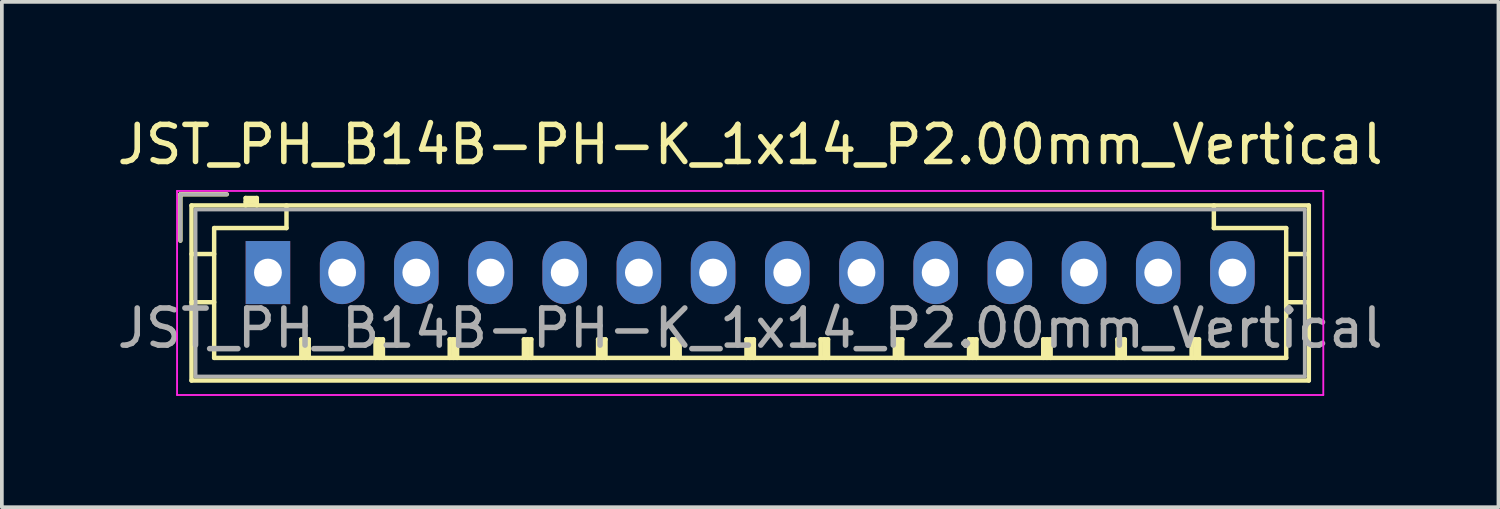
<source format=kicad_pcb>
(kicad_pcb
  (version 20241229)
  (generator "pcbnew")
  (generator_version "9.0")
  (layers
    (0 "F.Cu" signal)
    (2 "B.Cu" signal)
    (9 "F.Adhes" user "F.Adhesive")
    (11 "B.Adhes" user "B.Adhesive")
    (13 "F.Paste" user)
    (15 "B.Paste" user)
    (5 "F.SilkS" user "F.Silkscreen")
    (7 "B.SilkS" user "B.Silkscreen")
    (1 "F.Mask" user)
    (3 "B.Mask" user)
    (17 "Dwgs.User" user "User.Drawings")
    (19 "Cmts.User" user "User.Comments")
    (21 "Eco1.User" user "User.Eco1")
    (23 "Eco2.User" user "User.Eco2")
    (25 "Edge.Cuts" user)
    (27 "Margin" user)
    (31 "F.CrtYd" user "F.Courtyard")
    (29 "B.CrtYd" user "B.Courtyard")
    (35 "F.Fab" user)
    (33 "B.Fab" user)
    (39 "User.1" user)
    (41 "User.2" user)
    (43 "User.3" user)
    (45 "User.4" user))
  (footprint "JST_PH_B14B-PH-K_1x14_P2.00mm_Vertical"
    (layer "F.Cu")
    (at 4.173 4.298)
    (property "Reference" "JST_PH_B14B-PH-K_1x14_P2.00mm_Vertical" (at 13 -3.45 0) (layer "F.SilkS") (effects (font (size 1 1) (thickness 0.15))))
    (attr through_hole)
    (fp_line (start -2.36 -2.11) (end -2.36 -0.86) (stroke (width 0.12) (type solid)) (layer "F.SilkS"))
    (fp_line (start -2.06 -1.81) (end -2.06 2.91) (stroke (width 0.12) (type solid)) (layer "F.SilkS"))
    (fp_line (start -2.06 -0.5) (end -1.45 -0.5) (stroke (width 0.12) (type solid)) (layer "F.SilkS"))
    (fp_line (start -2.06 0.8) (end -1.45 0.8) (stroke (width 0.12) (type solid)) (layer "F.SilkS"))
    (fp_line (start -2.06 2.91) (end 28.06 2.91) (stroke (width 0.12) (type solid)) (layer "F.SilkS"))
    (fp_line (start -1.45 -1.2) (end -1.45 2.3) (stroke (width 0.12) (type solid)) (layer "F.SilkS"))
    (fp_line (start -1.45 2.3) (end 27.45 2.3) (stroke (width 0.12) (type solid)) (layer "F.SilkS"))
    (fp_line (start -1.11 -2.11) (end -2.36 -2.11) (stroke (width 0.12) (type solid)) (layer "F.SilkS"))
    (fp_line (start -0.6 -2.01) (end -0.6 -1.81) (stroke (width 0.12) (type solid)) (layer "F.SilkS"))
    (fp_line (start -0.3 -2.01) (end -0.6 -2.01) (stroke (width 0.12) (type solid)) (layer "F.SilkS"))
    (fp_line (start -0.3 -1.91) (end -0.6 -1.91) (stroke (width 0.12) (type solid)) (layer "F.SilkS"))
    (fp_line (start -0.3 -1.81) (end -0.3 -2.01) (stroke (width 0.12) (type solid)) (layer "F.SilkS"))
    (fp_line (start 0.5 -1.81) (end 0.5 -1.2) (stroke (width 0.12) (type solid)) (layer "F.SilkS"))
    (fp_line (start 0.5 -1.2) (end -1.45 -1.2) (stroke (width 0.12) (type solid)) (layer "F.SilkS"))
    (fp_line (start 0.9 1.8) (end 1.1 1.8) (stroke (width 0.12) (type solid)) (layer "F.SilkS"))
    (fp_line (start 0.9 2.3) (end 0.9 1.8) (stroke (width 0.12) (type solid)) (layer "F.SilkS"))
    (fp_line (start 1 2.3) (end 1 1.8) (stroke (width 0.12) (type solid)) (layer "F.SilkS"))
    (fp_line (start 1.1 1.8) (end 1.1 2.3) (stroke (width 0.12) (type solid)) (layer "F.SilkS"))
    (fp_line (start 2.9 1.8) (end 3.1 1.8) (stroke (width 0.12) (type solid)) (layer "F.SilkS"))
    (fp_line (start 2.9 2.3) (end 2.9 1.8) (stroke (width 0.12) (type solid)) (layer "F.SilkS"))
    (fp_line (start 3 2.3) (end 3 1.8) (stroke (width 0.12) (type solid)) (layer "F.SilkS"))
    (fp_line (start 3.1 1.8) (end 3.1 2.3) (stroke (width 0.12) (type solid)) (layer "F.SilkS"))
    (fp_line (start 4.9 1.8) (end 5.1 1.8) (stroke (width 0.12) (type solid)) (layer "F.SilkS"))
    (fp_line (start 4.9 2.3) (end 4.9 1.8) (stroke (width 0.12) (type solid)) (layer "F.SilkS"))
    (fp_line (start 5 2.3) (end 5 1.8) (stroke (width 0.12) (type solid)) (layer "F.SilkS"))
    (fp_line (start 5.1 1.8) (end 5.1 2.3) (stroke (width 0.12) (type solid)) (layer "F.SilkS"))
    (fp_line (start 6.9 1.8) (end 7.1 1.8) (stroke (width 0.12) (type solid)) (layer "F.SilkS"))
    (fp_line (start 6.9 2.3) (end 6.9 1.8) (stroke (width 0.12) (type solid)) (layer "F.SilkS"))
    (fp_line (start 7 2.3) (end 7 1.8) (stroke (width 0.12) (type solid)) (layer "F.SilkS"))
    (fp_line (start 7.1 1.8) (end 7.1 2.3) (stroke (width 0.12) (type solid)) (layer "F.SilkS"))
    (fp_line (start 8.9 1.8) (end 9.1 1.8) (stroke (width 0.12) (type solid)) (layer "F.SilkS"))
    (fp_line (start 8.9 2.3) (end 8.9 1.8) (stroke (width 0.12) (type solid)) (layer "F.SilkS"))
    (fp_line (start 9 2.3) (end 9 1.8) (stroke (width 0.12) (type solid)) (layer "F.SilkS"))
    (fp_line (start 9.1 1.8) (end 9.1 2.3) (stroke (width 0.12) (type solid)) (layer "F.SilkS"))
    (fp_line (start 10.9 1.8) (end 11.1 1.8) (stroke (width 0.12) (type solid)) (layer "F.SilkS"))
    (fp_line (start 10.9 2.3) (end 10.9 1.8) (stroke (width 0.12) (type solid)) (layer "F.SilkS"))
    (fp_line (start 11 2.3) (end 11 1.8) (stroke (width 0.12) (type solid)) (layer "F.SilkS"))
    (fp_line (start 11.1 1.8) (end 11.1 2.3) (stroke (width 0.12) (type solid)) (layer "F.SilkS"))
    (fp_line (start 12.9 1.8) (end 13.1 1.8) (stroke (width 0.12) (type solid)) (layer "F.SilkS"))
    (fp_line (start 12.9 2.3) (end 12.9 1.8) (stroke (width 0.12) (type solid)) (layer "F.SilkS"))
    (fp_line (start 13 2.3) (end 13 1.8) (stroke (width 0.12) (type solid)) (layer "F.SilkS"))
    (fp_line (start 13.1 1.8) (end 13.1 2.3) (stroke (width 0.12) (type solid)) (layer "F.SilkS"))
    (fp_line (start 14.9 1.8) (end 15.1 1.8) (stroke (width 0.12) (type solid)) (layer "F.SilkS"))
    (fp_line (start 14.9 2.3) (end 14.9 1.8) (stroke (width 0.12) (type solid)) (layer "F.SilkS"))
    (fp_line (start 15 2.3) (end 15 1.8) (stroke (width 0.12) (type solid)) (layer "F.SilkS"))
    (fp_line (start 15.1 1.8) (end 15.1 2.3) (stroke (width 0.12) (type solid)) (layer "F.SilkS"))
    (fp_line (start 16.9 1.8) (end 17.1 1.8) (stroke (width 0.12) (type solid)) (layer "F.SilkS"))
    (fp_line (start 16.9 2.3) (end 16.9 1.8) (stroke (width 0.12) (type solid)) (layer "F.SilkS"))
    (fp_line (start 17 2.3) (end 17 1.8) (stroke (width 0.12) (type solid)) (layer "F.SilkS"))
    (fp_line (start 17.1 1.8) (end 17.1 2.3) (stroke (width 0.12) (type solid)) (layer "F.SilkS"))
    (fp_line (start 18.9 1.8) (end 19.1 1.8) (stroke (width 0.12) (type solid)) (layer "F.SilkS"))
    (fp_line (start 18.9 2.3) (end 18.9 1.8) (stroke (width 0.12) (type solid)) (layer "F.SilkS"))
    (fp_line (start 19 2.3) (end 19 1.8) (stroke (width 0.12) (type solid)) (layer "F.SilkS"))
    (fp_line (start 19.1 1.8) (end 19.1 2.3) (stroke (width 0.12) (type solid)) (layer "F.SilkS"))
    (fp_line (start 20.9 1.8) (end 21.1 1.8) (stroke (width 0.12) (type solid)) (layer "F.SilkS"))
    (fp_line (start 20.9 2.3) (end 20.9 1.8) (stroke (width 0.12) (type solid)) (layer "F.SilkS"))
    (fp_line (start 21 2.3) (end 21 1.8) (stroke (width 0.12) (type solid)) (layer "F.SilkS"))
    (fp_line (start 21.1 1.8) (end 21.1 2.3) (stroke (width 0.12) (type solid)) (layer "F.SilkS"))
    (fp_line (start 22.9 1.8) (end 23.1 1.8) (stroke (width 0.12) (type solid)) (layer "F.SilkS"))
    (fp_line (start 22.9 2.3) (end 22.9 1.8) (stroke (width 0.12) (type solid)) (layer "F.SilkS"))
    (fp_line (start 23 2.3) (end 23 1.8) (stroke (width 0.12) (type solid)) (layer "F.SilkS"))
    (fp_line (start 23.1 1.8) (end 23.1 2.3) (stroke (width 0.12) (type solid)) (layer "F.SilkS"))
    (fp_line (start 24.9 1.8) (end 25.1 1.8) (stroke (width 0.12) (type solid)) (layer "F.SilkS"))
    (fp_line (start 24.9 2.3) (end 24.9 1.8) (stroke (width 0.12) (type solid)) (layer "F.SilkS"))
    (fp_line (start 25 2.3) (end 25 1.8) (stroke (width 0.12) (type solid)) (layer "F.SilkS"))
    (fp_line (start 25.1 1.8) (end 25.1 2.3) (stroke (width 0.12) (type solid)) (layer "F.SilkS"))
    (fp_line (start 25.5 -1.2) (end 25.5 -1.81) (stroke (width 0.12) (type solid)) (layer "F.SilkS"))
    (fp_line (start 27.45 -1.2) (end 25.5 -1.2) (stroke (width 0.12) (type solid)) (layer "F.SilkS"))
    (fp_line (start 27.45 2.3) (end 27.45 -1.2) (stroke (width 0.12) (type solid)) (layer "F.SilkS"))
    (fp_line (start 28.06 -1.81) (end -2.06 -1.81) (stroke (width 0.12) (type solid)) (layer "F.SilkS"))
    (fp_line (start 28.06 -0.5) (end 27.45 -0.5) (stroke (width 0.12) (type solid)) (layer "F.SilkS"))
    (fp_line (start 28.06 0.8) (end 27.45 0.8) (stroke (width 0.12) (type solid)) (layer "F.SilkS"))
    (fp_line (start 28.06 2.91) (end 28.06 -1.81) (stroke (width 0.12) (type solid)) (layer "F.SilkS"))
    (fp_line (start -2.45 -2.2) (end -2.45 3.3) (stroke (width 0.05) (type solid)) (layer "F.CrtYd"))
    (fp_line (start -2.45 3.3) (end 28.45 3.3) (stroke (width 0.05) (type solid)) (layer "F.CrtYd"))
    (fp_line (start 28.45 -2.2) (end -2.45 -2.2) (stroke (width 0.05) (type solid)) (layer "F.CrtYd"))
    (fp_line (start 28.45 3.3) (end 28.45 -2.2) (stroke (width 0.05) (type solid)) (layer "F.CrtYd"))
    (fp_line (start -2.36 -2.11) (end -2.36 -0.86) (stroke (width 0.1) (type solid)) (layer "F.Fab"))
    (fp_line (start -1.95 -1.7) (end -1.95 2.8) (stroke (width 0.1) (type solid)) (layer "F.Fab"))
    (fp_line (start -1.95 2.8) (end 27.95 2.8) (stroke (width 0.1) (type solid)) (layer "F.Fab"))
    (fp_line (start -1.11 -2.11) (end -2.36 -2.11) (stroke (width 0.1) (type solid)) (layer "F.Fab"))
    (fp_line (start 27.95 -1.7) (end -1.95 -1.7) (stroke (width 0.1) (type solid)) (layer "F.Fab"))
    (fp_line (start 27.95 2.8) (end 27.95 -1.7) (stroke (width 0.1) (type solid)) (layer "F.Fab"))
    (fp_text user "${REFERENCE}" (at 13 1.5 0) (layer "F.Fab") (effects (font (size 1 1) (thickness 0.15))))
    (pad "1" thru_hole rect (at 0 0) (size 1.2 1.7) (drill 0.75) (layers "*.Cu" "*.Mask"))
    (pad "2" thru_hole oval (at 2 0) (size 1.2 1.7) (drill 0.75) (layers "*.Cu" "*.Mask"))
    (pad "3" thru_hole oval (at 4 0) (size 1.2 1.7) (drill 0.75) (layers "*.Cu" "*.Mask"))
    (pad "4" thru_hole oval (at 6 0) (size 1.2 1.7) (drill 0.75) (layers "*.Cu" "*.Mask"))
    (pad "5" thru_hole oval (at 8 0) (size 1.2 1.7) (drill 0.75) (layers "*.Cu" "*.Mask"))
    (pad "6" thru_hole oval (at 10 0) (size 1.2 1.7) (drill 0.75) (layers "*.Cu" "*.Mask"))
    (pad "7" thru_hole oval (at 12 0) (size 1.2 1.7) (drill 0.75) (layers "*.Cu" "*.Mask"))
    (pad "8" thru_hole oval (at 14 0) (size 1.2 1.7) (drill 0.75) (layers "*.Cu" "*.Mask"))
    (pad "9" thru_hole oval (at 16 0) (size 1.2 1.7) (drill 0.75) (layers "*.Cu" "*.Mask"))
    (pad "10" thru_hole oval (at 18 0) (size 1.2 1.7) (drill 0.75) (layers "*.Cu" "*.Mask"))
    (pad "11" thru_hole oval (at 20 0) (size 1.2 1.7) (drill 0.75) (layers "*.Cu" "*.Mask"))
    (pad "12" thru_hole oval (at 22 0) (size 1.2 1.7) (drill 0.75) (layers "*.Cu" "*.Mask"))
    (pad "13" thru_hole oval (at 24 0) (size 1.2 1.7) (drill 0.75) (layers "*.Cu" "*.Mask"))
    (pad "14" thru_hole oval (at 26 0) (size 1.2 1.7) (drill 0.75) (layers "*.Cu" "*.Mask")))
  (gr_rect
    (start -3 -3)
    (end 37.345 10.623)
    (stroke (width 0.1) (type default))
    (fill no)
    (layer "Edge.Cuts")))
</source>
